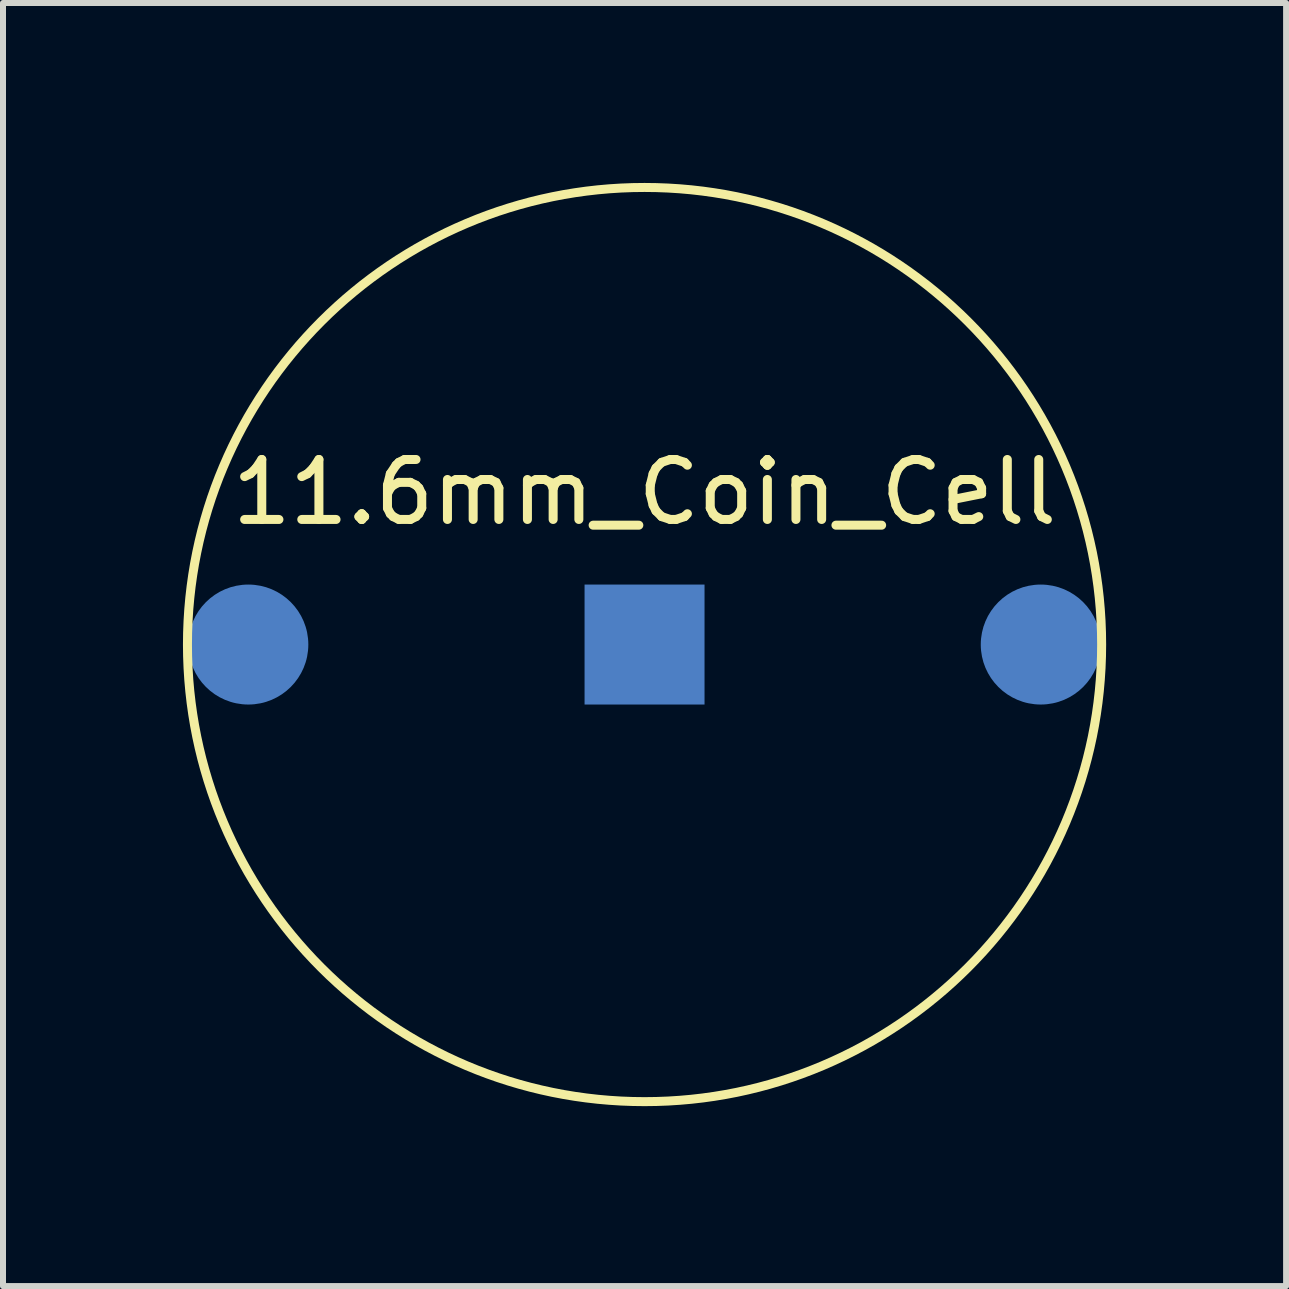
<source format=kicad_pcb>
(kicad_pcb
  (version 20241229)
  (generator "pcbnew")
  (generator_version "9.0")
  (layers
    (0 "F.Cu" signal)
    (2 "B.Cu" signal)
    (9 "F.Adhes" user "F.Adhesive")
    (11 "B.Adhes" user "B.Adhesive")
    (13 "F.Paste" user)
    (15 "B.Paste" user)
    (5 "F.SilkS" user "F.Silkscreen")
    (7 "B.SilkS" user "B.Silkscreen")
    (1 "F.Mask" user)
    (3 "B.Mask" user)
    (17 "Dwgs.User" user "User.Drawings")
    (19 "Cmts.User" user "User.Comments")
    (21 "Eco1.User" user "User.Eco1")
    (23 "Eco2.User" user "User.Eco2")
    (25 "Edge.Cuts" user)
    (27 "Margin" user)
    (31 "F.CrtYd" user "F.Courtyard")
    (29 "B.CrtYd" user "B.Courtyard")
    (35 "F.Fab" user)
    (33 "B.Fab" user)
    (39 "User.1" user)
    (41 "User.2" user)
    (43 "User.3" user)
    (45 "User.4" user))
  (footprint "11.6mm_Coin_Cell"
    (layer "F.Cu")
    (at 7.695 7.695)
    (property "Reference" "11.6mm_Coin_Cell" (at 0 -2.54 0) (layer "F.SilkS") (effects (font (size 1 1) (thickness 0.15))))
    (attr through_hole)
    (fp_circle (center 0 0) (end 7.62 0) (stroke (width 0.15) (type solid)) (fill no) (layer "F.SilkS"))
    (pad "1" smd rect (at 0 0) (size 2 2) (layers "F.Mask" "B.Cu" "F.Paste"))
    (pad "2" smd circle (at -6.605 0) (size 2 2) (layers "F.Mask" "B.Cu" "F.Paste"))
    (pad "2" smd circle (at 6.605 0) (size 2 2) (layers "F.Mask" "B.Cu" "F.Paste")))
  (gr_rect
    (start -3 -3)
    (end 18.39 18.39)
    (stroke (width 0.1) (type default))
    (fill no)
    (layer "Edge.Cuts")))
</source>
